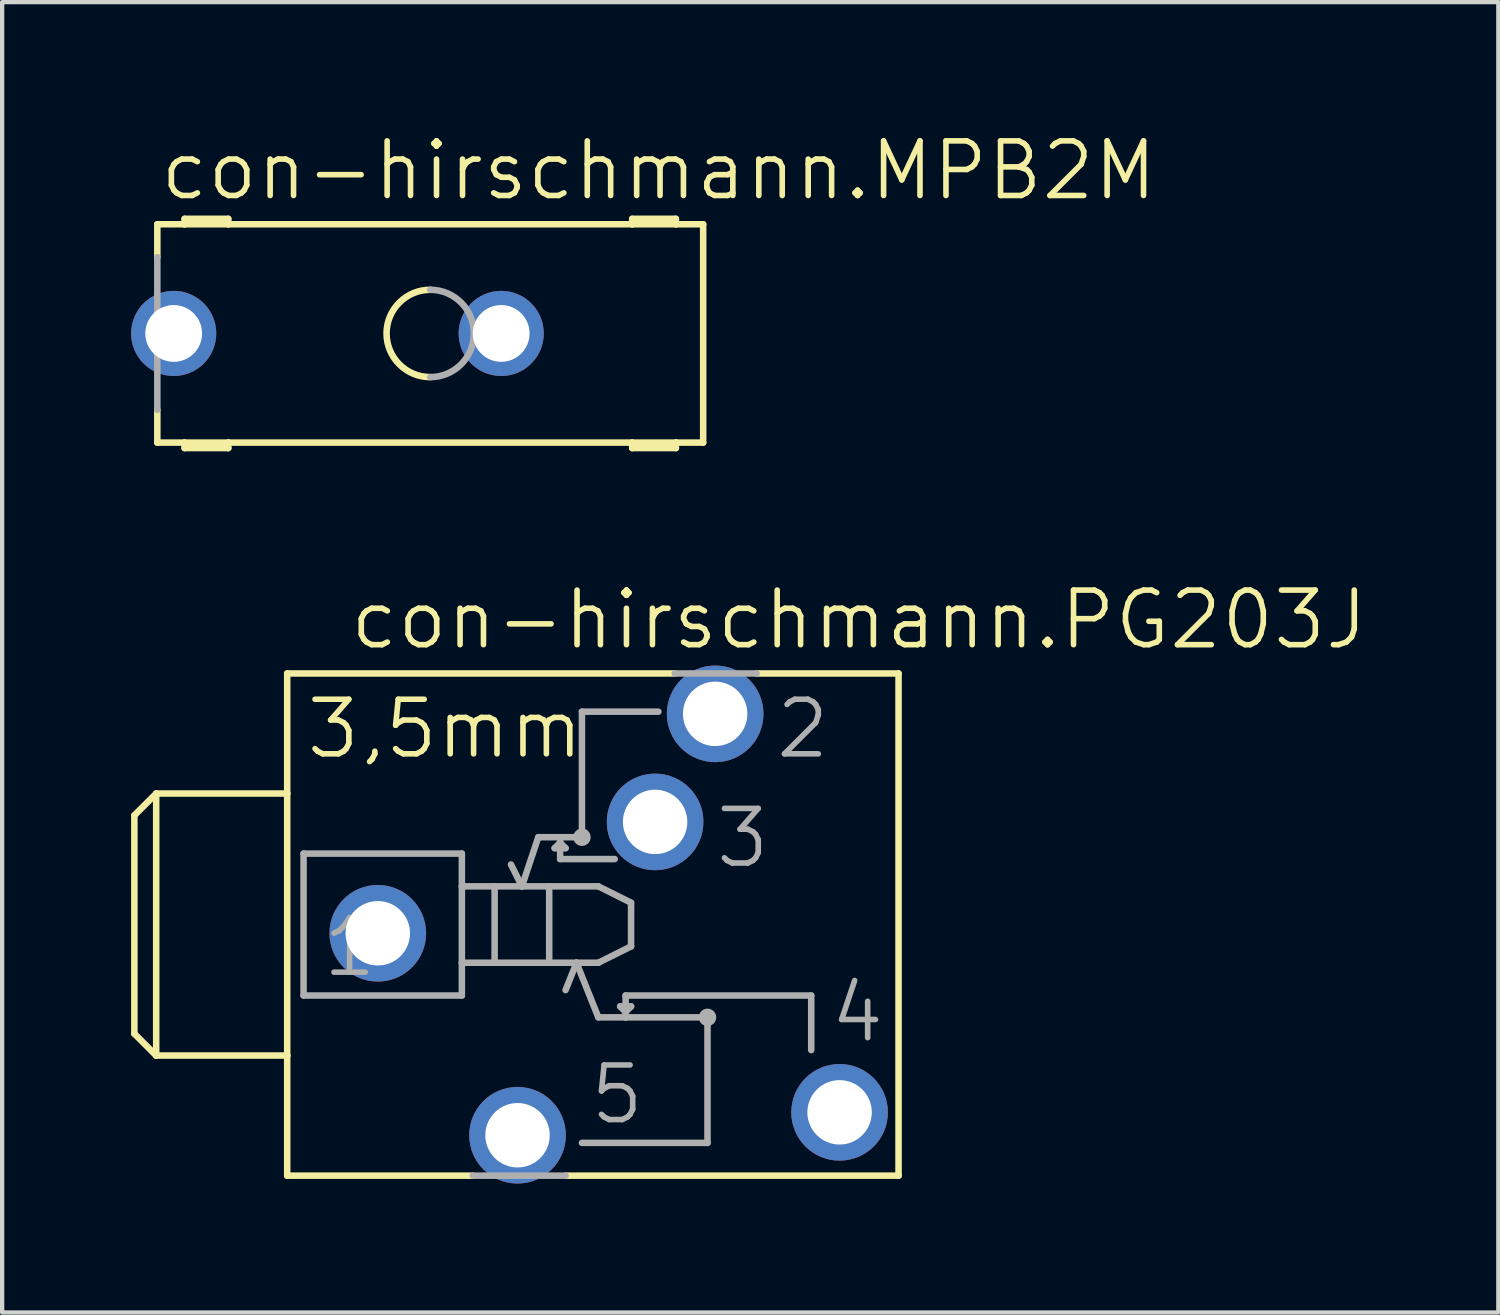
<source format=kicad_pcb>
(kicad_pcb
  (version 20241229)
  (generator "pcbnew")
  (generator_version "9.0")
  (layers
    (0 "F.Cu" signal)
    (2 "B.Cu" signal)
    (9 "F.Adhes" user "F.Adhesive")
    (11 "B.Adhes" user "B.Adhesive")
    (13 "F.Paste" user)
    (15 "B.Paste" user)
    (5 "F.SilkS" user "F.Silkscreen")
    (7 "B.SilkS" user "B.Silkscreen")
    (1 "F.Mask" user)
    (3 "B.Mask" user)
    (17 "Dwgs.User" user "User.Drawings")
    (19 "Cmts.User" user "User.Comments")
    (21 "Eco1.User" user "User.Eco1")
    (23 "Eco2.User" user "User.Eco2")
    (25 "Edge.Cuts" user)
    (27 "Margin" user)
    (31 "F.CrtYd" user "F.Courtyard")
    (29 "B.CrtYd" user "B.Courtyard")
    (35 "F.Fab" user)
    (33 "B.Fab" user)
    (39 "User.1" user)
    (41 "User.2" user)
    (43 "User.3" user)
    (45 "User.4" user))
  (footprint "con-hirschmann.MPB2M"
    (layer "F.Cu")
    (at 6.96 4.708)
    (property "Reference" "con-hirschmann.MPB2M" (at -6.35 -3.048 0) (layer "F.SilkS") (effects (font (size 1.27 1.27) (thickness 0.13)) (justify left bottom)))
    (attr through_hole)
    (fp_line (start -6.35 -1.778) (end -6.35 -2.54) (stroke (width 0.152) (type default)) (layer "F.SilkS"))
    (fp_line (start -6.35 2.54) (end -6.35 1.778) (stroke (width 0.152) (type default)) (layer "F.SilkS"))
    (fp_line (start -6.35 2.54) (end -5.715 2.54) (stroke (width 0.152) (type default)) (layer "F.SilkS"))
    (fp_line (start -5.715 -2.667) (end -4.699 -2.667) (stroke (width 0.152) (type default)) (layer "F.SilkS"))
    (fp_line (start -5.715 -2.54) (end -6.35 -2.54) (stroke (width 0.152) (type default)) (layer "F.SilkS"))
    (fp_line (start -5.715 -2.54) (end -5.715 -2.667) (stroke (width 0.152) (type default)) (layer "F.SilkS"))
    (fp_line (start -5.715 2.54) (end -4.699 2.54) (stroke (width 0.152) (type default)) (layer "F.SilkS"))
    (fp_line (start -5.715 2.667) (end -5.715 2.54) (stroke (width 0.152) (type default)) (layer "F.SilkS"))
    (fp_line (start -5.715 2.667) (end -4.699 2.667) (stroke (width 0.152) (type default)) (layer "F.SilkS"))
    (fp_line (start -4.699 -2.667) (end -4.699 -2.54) (stroke (width 0.152) (type default)) (layer "F.SilkS"))
    (fp_line (start -4.699 -2.54) (end -5.715 -2.54) (stroke (width 0.152) (type default)) (layer "F.SilkS"))
    (fp_line (start -4.699 2.54) (end -4.699 2.667) (stroke (width 0.152) (type default)) (layer "F.SilkS"))
    (fp_line (start -4.699 2.54) (end 4.699 2.54) (stroke (width 0.152) (type default)) (layer "F.SilkS"))
    (fp_line (start 4.699 -2.667) (end 4.699 -2.54) (stroke (width 0.152) (type default)) (layer "F.SilkS"))
    (fp_line (start 4.699 -2.667) (end 5.715 -2.667) (stroke (width 0.152) (type default)) (layer "F.SilkS"))
    (fp_line (start 4.699 -2.54) (end -4.699 -2.54) (stroke (width 0.152) (type default)) (layer "F.SilkS"))
    (fp_line (start 4.699 2.54) (end 5.715 2.54) (stroke (width 0.152) (type default)) (layer "F.SilkS"))
    (fp_line (start 4.699 2.667) (end 4.699 2.54) (stroke (width 0.152) (type default)) (layer "F.SilkS"))
    (fp_line (start 5.715 -2.54) (end 4.699 -2.54) (stroke (width 0.152) (type default)) (layer "F.SilkS"))
    (fp_line (start 5.715 -2.54) (end 5.715 -2.667) (stroke (width 0.152) (type default)) (layer "F.SilkS"))
    (fp_line (start 5.715 2.54) (end 5.715 2.667) (stroke (width 0.152) (type default)) (layer "F.SilkS"))
    (fp_line (start 5.715 2.54) (end 6.35 2.54) (stroke (width 0.152) (type default)) (layer "F.SilkS"))
    (fp_line (start 5.715 2.667) (end 4.699 2.667) (stroke (width 0.152) (type default)) (layer "F.SilkS"))
    (fp_line (start 6.35 -2.54) (end 5.715 -2.54) (stroke (width 0.152) (type default)) (layer "F.SilkS"))
    (fp_line (start 6.35 -2.54) (end 6.35 2.54) (stroke (width 0.152) (type default)) (layer "F.SilkS"))
    (fp_arc (start 0 1.016) (mid -1.016 0) (end 0 -1.016) (stroke (width 0.1524) (type default)) (layer "F.SilkS"))
    (fp_line (start -6.35 1.778) (end -6.35 -1.778) (stroke (width 0.152) (type default)) (layer "F.Fab"))
    (fp_arc (start 0 -1.016) (mid 1.016 0) (end 0 1.016) (stroke (width 0.1524) (type default)) (layer "F.Fab"))
    (pad "1" thru_hole circle (at 1.651 0) (size 1.981 1.981) (drill 1.321) (layers "*.Cu" "*.Mask"))
    (pad "1@1" thru_hole circle (at -5.969 0) (size 1.981 1.981) (drill 1.321) (layers "*.Cu" "*.Mask")))
  (footprint "con-hirschmann.PG203J"
    (layer "F.Cu")
    (at 10.744 18.461)
    (property "Reference" "con-hirschmann.PG203J" (at -5.715 -6.35 0) (layer "F.SilkS") (effects (font (size 1.27 1.27) (thickness 0.13)) (justify left bottom)))
    (attr through_hole)
    (fp_line (start -10.668 2.54) (end -10.668 -2.54) (stroke (width 0.152) (type default)) (layer "F.SilkS"))
    (fp_line (start -10.16 -3.048) (end -10.668 -2.54) (stroke (width 0.152) (type default)) (layer "F.SilkS"))
    (fp_line (start -10.16 3.048) (end -10.668 2.54) (stroke (width 0.152) (type default)) (layer "F.SilkS"))
    (fp_line (start -10.16 3.048) (end -10.16 -3.048) (stroke (width 0.152) (type default)) (layer "F.SilkS"))
    (fp_line (start -10.16 3.048) (end -7.112 3.048) (stroke (width 0.152) (type default)) (layer "F.SilkS"))
    (fp_line (start -7.112 -3.048) (end -10.16 -3.048) (stroke (width 0.152) (type default)) (layer "F.SilkS"))
    (fp_line (start -7.112 -3.048) (end -7.112 -5.842) (stroke (width 0.152) (type default)) (layer "F.SilkS"))
    (fp_line (start -7.112 3.048) (end -7.112 -3.048) (stroke (width 0.152) (type default)) (layer "F.SilkS"))
    (fp_line (start -7.112 5.842) (end -7.112 3.048) (stroke (width 0.152) (type default)) (layer "F.SilkS"))
    (fp_line (start -7.112 5.842) (end -2.794 5.842) (stroke (width 0.152) (type default)) (layer "F.SilkS"))
    (fp_line (start -0.635 5.842) (end 7.112 5.842) (stroke (width 0.152) (type default)) (layer "F.SilkS"))
    (fp_line (start 1.905 -5.842) (end -7.112 -5.842) (stroke (width 0.152) (type default)) (layer "F.SilkS"))
    (fp_line (start 7.112 -5.842) (end 3.81 -5.842) (stroke (width 0.152) (type default)) (layer "F.SilkS"))
    (fp_line (start 7.112 -5.842) (end 7.112 5.842) (stroke (width 0.152) (type default)) (layer "F.SilkS"))
    (fp_line (start -6.731 1.651) (end -6.731 -1.651) (stroke (width 0.152) (type default)) (layer "F.Fab"))
    (fp_line (start -6.731 1.651) (end -3.048 1.651) (stroke (width 0.152) (type default)) (layer "F.Fab"))
    (fp_line (start -3.048 -1.651) (end -6.731 -1.651) (stroke (width 0.152) (type default)) (layer "F.Fab"))
    (fp_line (start -3.048 -1.651) (end -3.048 -0.889) (stroke (width 0.152) (type default)) (layer "F.Fab"))
    (fp_line (start -3.048 -0.889) (end -3.048 0.889) (stroke (width 0.152) (type default)) (layer "F.Fab"))
    (fp_line (start -3.048 -0.889) (end -2.286 -0.889) (stroke (width 0.152) (type default)) (layer "F.Fab"))
    (fp_line (start -3.048 0.889) (end -3.048 1.651) (stroke (width 0.152) (type default)) (layer "F.Fab"))
    (fp_line (start -2.794 5.842) (end -0.635 5.842) (stroke (width 0.152) (type default)) (layer "F.Fab"))
    (fp_line (start -2.286 -0.889) (end -2.286 0.889) (stroke (width 0.152) (type default)) (layer "F.Fab"))
    (fp_line (start -2.286 -0.889) (end -1.651 -0.889) (stroke (width 0.152) (type default)) (layer "F.Fab"))
    (fp_line (start -2.286 0.889) (end -3.048 0.889) (stroke (width 0.152) (type default)) (layer "F.Fab"))
    (fp_line (start -1.905 -1.397) (end -1.651 -0.889) (stroke (width 0.152) (type default)) (layer "F.Fab"))
    (fp_line (start -1.651 -0.889) (end -1.27 -2.032) (stroke (width 0.152) (type default)) (layer "F.Fab"))
    (fp_line (start -1.651 -0.889) (end -1.016 -0.889) (stroke (width 0.152) (type default)) (layer "F.Fab"))
    (fp_line (start -1.27 -2.032) (end -0.762 -2.032) (stroke (width 0.152) (type default)) (layer "F.Fab"))
    (fp_line (start -1.016 -0.889) (end -1.016 0.889) (stroke (width 0.152) (type default)) (layer "F.Fab"))
    (fp_line (start -1.016 -0.889) (end 0.127 -0.889) (stroke (width 0.152) (type default)) (layer "F.Fab"))
    (fp_line (start -1.016 0.889) (end -2.286 0.889) (stroke (width 0.152) (type default)) (layer "F.Fab"))
    (fp_line (start -0.889 -1.778) (end -0.762 -1.905) (stroke (width 0.152) (type default)) (layer "F.Fab"))
    (fp_line (start -0.889 -1.778) (end -0.635 -1.778) (stroke (width 0.152) (type default)) (layer "F.Fab"))
    (fp_line (start -0.762 -2.032) (end -0.762 -1.905) (stroke (width 0.152) (type default)) (layer "F.Fab"))
    (fp_line (start -0.762 -2.032) (end -0.254 -2.032) (stroke (width 0.152) (type default)) (layer "F.Fab"))
    (fp_line (start -0.762 -1.905) (end -0.762 -1.524) (stroke (width 0.152) (type default)) (layer "F.Fab"))
    (fp_line (start -0.762 -1.524) (end 0.508 -1.524) (stroke (width 0.152) (type default)) (layer "F.Fab"))
    (fp_line (start -0.635 -1.778) (end -0.762 -1.905) (stroke (width 0.152) (type default)) (layer "F.Fab"))
    (fp_line (start -0.635 1.524) (end -0.381 0.889) (stroke (width 0.152) (type default)) (layer "F.Fab"))
    (fp_line (start -0.381 0.889) (end -1.016 0.889) (stroke (width 0.152) (type default)) (layer "F.Fab"))
    (fp_line (start -0.254 -4.953) (end 1.524 -4.953) (stroke (width 0.152) (type default)) (layer "F.Fab"))
    (fp_line (start -0.254 -2.032) (end -0.254 -4.953) (stroke (width 0.152) (type default)) (layer "F.Fab"))
    (fp_line (start 0.127 0.889) (end -0.381 0.889) (stroke (width 0.152) (type default)) (layer "F.Fab"))
    (fp_line (start 0.127 0.889) (end 0.889 0.508) (stroke (width 0.152) (type default)) (layer "F.Fab"))
    (fp_line (start 0.127 2.159) (end -0.381 0.889) (stroke (width 0.152) (type default)) (layer "F.Fab"))
    (fp_line (start 0.127 2.159) (end 0.762 2.159) (stroke (width 0.152) (type default)) (layer "F.Fab"))
    (fp_line (start 0.635 1.905) (end 0.762 2.032) (stroke (width 0.152) (type default)) (layer "F.Fab"))
    (fp_line (start 0.762 1.651) (end 5.08 1.651) (stroke (width 0.152) (type default)) (layer "F.Fab"))
    (fp_line (start 0.762 2.032) (end 0.762 1.651) (stroke (width 0.152) (type default)) (layer "F.Fab"))
    (fp_line (start 0.762 2.032) (end 0.889 1.905) (stroke (width 0.152) (type default)) (layer "F.Fab"))
    (fp_line (start 0.762 2.159) (end 0.762 2.032) (stroke (width 0.152) (type default)) (layer "F.Fab"))
    (fp_line (start 0.762 2.159) (end 2.667 2.159) (stroke (width 0.152) (type default)) (layer "F.Fab"))
    (fp_line (start 0.889 -0.508) (end 0.127 -0.889) (stroke (width 0.152) (type default)) (layer "F.Fab"))
    (fp_line (start 0.889 -0.508) (end 0.889 0.508) (stroke (width 0.152) (type default)) (layer "F.Fab"))
    (fp_line (start 0.889 1.905) (end 0.635 1.905) (stroke (width 0.152) (type default)) (layer "F.Fab"))
    (fp_line (start 2.667 2.159) (end 2.667 5.08) (stroke (width 0.152) (type default)) (layer "F.Fab"))
    (fp_line (start 2.667 5.08) (end -0.254 5.08) (stroke (width 0.152) (type default)) (layer "F.Fab"))
    (fp_line (start 3.81 -5.842) (end 1.905 -5.842) (stroke (width 0.152) (type default)) (layer "F.Fab"))
    (fp_line (start 5.08 1.651) (end 5.08 2.921) (stroke (width 0.152) (type default)) (layer "F.Fab"))
    (fp_circle (center -0.254 -2.032) (end -0.127 -2.032) (stroke (width 0.152) (type default)) (fill no) (layer "F.Fab"))
    (fp_circle (center 2.667 2.159) (end 2.794 2.159) (stroke (width 0.152) (type default)) (fill no) (layer "F.Fab"))
    (fp_text user "3,5mm" (at -6.731 -3.81 0) (layer "F.SilkS") (effects (font (size 1.27 1.27) (thickness 0.13)) (justify left bottom)))
    (fp_text user "3" (at 2.794 -1.27 0) (layer "F.Fab") (effects (font (size 1.27 1.27) (thickness 0.13)) (justify left bottom)))
    (fp_text user "5" (at -0.127 4.699 0) (layer "F.Fab") (effects (font (size 1.27 1.27) (thickness 0.13)) (justify left bottom)))
    (fp_text user "4" (at 5.461 2.794 0) (layer "F.Fab") (effects (font (size 1.27 1.27) (thickness 0.13)) (justify left bottom)))
    (fp_text user "1" (at -6.35 1.27 0) (layer "F.Fab") (effects (font (size 1.27 1.27) (thickness 0.13)) (justify left bottom)))
    (fp_text user "2" (at 4.191 -3.81 0) (layer "F.Fab") (effects (font (size 1.27 1.27) (thickness 0.13)) (justify left bottom)))
    (pad "1" thru_hole circle (at -5.004 0.203) (size 2.248 2.248) (drill 1.499) (layers "*.Cu" "*.Mask"))
    (pad "2" thru_hole circle (at 2.845 -4.902) (size 2.248 2.248) (drill 1.499) (layers "*.Cu" "*.Mask"))
    (pad "3" thru_hole circle (at 1.448 -2.388) (size 2.248 2.248) (drill 1.499) (layers "*.Cu" "*.Mask"))
    (pad "4" thru_hole circle (at 5.74 4.369) (size 2.248 2.248) (drill 1.499) (layers "*.Cu" "*.Mask"))
    (pad "5" thru_hole circle (at -1.753 4.902) (size 2.248 2.248) (drill 1.499) (layers "*.Cu" "*.Mask")))
  (gr_rect
    (start -3 -3)
    (end 31.811 27.487)
    (stroke (width 0.1) (type default))
    (fill no)
    (layer "Edge.Cuts")))
</source>
